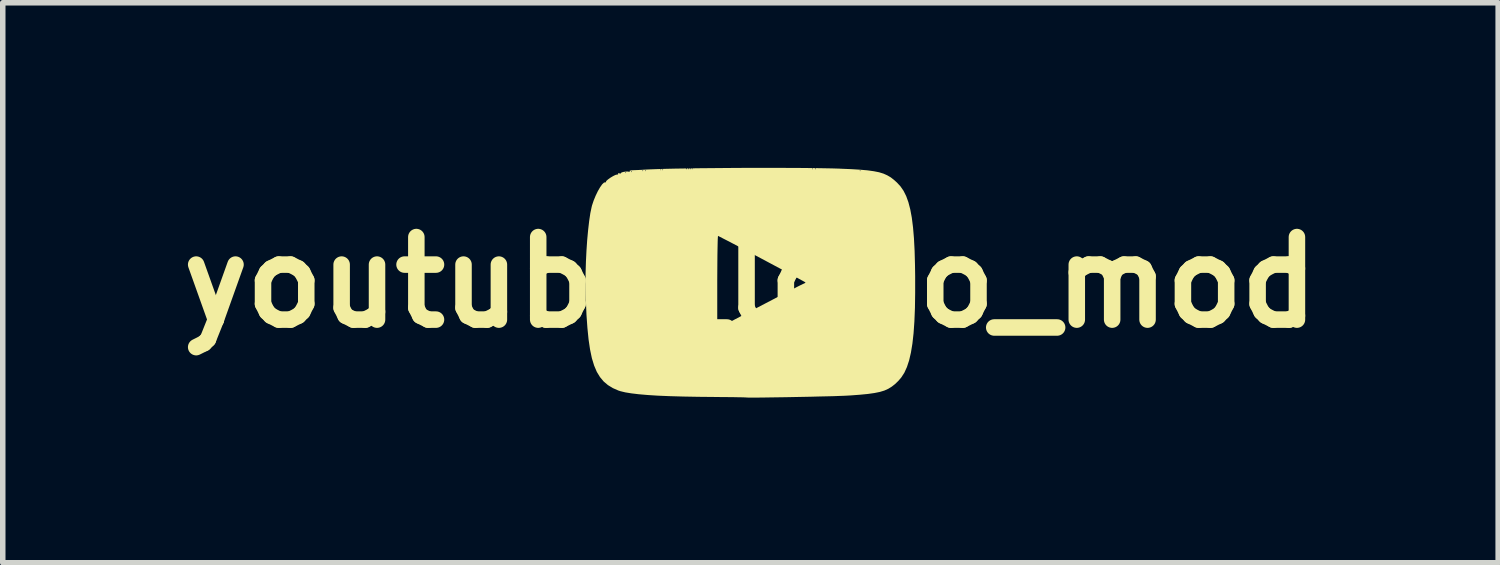
<source format=kicad_pcb>
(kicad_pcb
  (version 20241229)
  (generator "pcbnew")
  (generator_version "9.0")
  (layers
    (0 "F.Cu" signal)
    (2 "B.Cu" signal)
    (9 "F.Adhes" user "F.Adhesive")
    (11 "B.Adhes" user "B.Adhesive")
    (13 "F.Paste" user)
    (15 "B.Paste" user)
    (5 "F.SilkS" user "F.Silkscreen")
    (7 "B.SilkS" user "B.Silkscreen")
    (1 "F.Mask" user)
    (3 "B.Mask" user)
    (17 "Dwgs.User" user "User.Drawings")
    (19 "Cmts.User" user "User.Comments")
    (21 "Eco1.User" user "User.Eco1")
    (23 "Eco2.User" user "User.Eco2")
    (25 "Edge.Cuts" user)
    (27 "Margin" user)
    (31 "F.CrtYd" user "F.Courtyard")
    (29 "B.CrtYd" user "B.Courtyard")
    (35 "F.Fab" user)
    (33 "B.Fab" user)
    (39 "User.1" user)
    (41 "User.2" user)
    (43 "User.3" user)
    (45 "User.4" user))
  (footprint "youtube_logo_mod"
    (layer "F.Cu")
    (at 10.586 2.079)
    (property "Reference" "youtube_logo_mod" (at 0 0 0) (layer "F.SilkS") (effects (font (size 1.5 1.5) (thickness 0.3))))
    (attr board_only exclude_from_pos_files exclude_from_bom)
    (fp_poly (pts (xy 0.487 -2.079) (xy 0.718 -2.078) (xy 0.937 -2.077) (xy 1.14 -2.075) (xy 1.324 -2.072) (xy 1.484 -2.069) (xy 1.618 -2.065) (xy 1.63 -2.064) (xy 1.824 -2.056) (xy 1.988 -2.046) (xy 2.125 -2.034) (xy 2.24 -2.018) (xy 2.336 -1.999) (xy 2.417 -1.974) (xy 2.486 -1.943) (xy 2.549 -1.906) (xy 2.608 -1.86) (xy 2.661 -1.812) (xy 2.725 -1.743) (xy 2.781 -1.662) (xy 2.829 -1.566) (xy 2.869 -1.455) (xy 2.903 -1.325) (xy 2.931 -1.174) (xy 2.953 -1) (xy 2.97 -0.8) (xy 2.982 -0.572) (xy 2.989 -0.314) (xy 2.992 -0.112) (xy 2.992 0.194) (xy 2.988 0.467) (xy 2.978 0.711) (xy 2.963 0.926) (xy 2.942 1.114) (xy 2.915 1.278) (xy 2.882 1.42) (xy 2.842 1.541) (xy 2.795 1.644) (xy 2.74 1.729) (xy 2.687 1.791) (xy 2.627 1.849) (xy 2.567 1.896) (xy 2.504 1.935) (xy 2.433 1.967) (xy 2.351 1.992) (xy 2.252 2.012) (xy 2.132 2.029) (xy 1.988 2.043) (xy 1.814 2.056) (xy 1.759 2.059) (xy 1.7 2.062) (xy 1.616 2.065) (xy 1.51 2.069) (xy 1.387 2.072) (xy 1.25 2.075) (xy 1.102 2.079) (xy 0.949 2.082) (xy 0.794 2.085) (xy 0.64 2.088) (xy 0.491 2.09) (xy 0.352 2.092) (xy 0.226 2.094) (xy 0.117 2.095) (xy 0.029 2.095) (xy -0.034 2.095) (xy -0.069 2.094) (xy -0.074 2.093) (xy -0.092 2.092) (xy -0.14 2.09) (xy -0.214 2.089) (xy -0.311 2.087) (xy -0.425 2.086) (xy -0.553 2.085) (xy -0.63 2.084) (xy -0.941 2.081) (xy -1.22 2.076) (xy -1.466 2.069) (xy -1.683 2.06) (xy -1.87 2.048) (xy -2.031 2.034) (xy -2.165 2.018) (xy -2.275 2) (xy -2.362 1.979) (xy -2.402 1.966) (xy -2.502 1.922) (xy -2.59 1.868) (xy -2.667 1.803) (xy -2.734 1.723) (xy -2.792 1.628) (xy -2.841 1.513) (xy -2.882 1.379) (xy -2.915 1.221) (xy -2.942 1.039) (xy -2.963 0.829) (xy -2.98 0.591) (xy -2.991 0.321) (xy -2.995 0.216) (xy -2.998 0.026) (xy -2.997 -0.001) (xy -0.604 -0.001) (xy -0.604 0.847) (xy -0.496 0.787) (xy -0.45 0.762) (xy -0.379 0.725) (xy -0.289 0.677) (xy -0.186 0.623) (xy -0.076 0.565) (xy -0.009 0.53) (xy 0.119 0.463) (xy 0.259 0.39) (xy 0.399 0.317) (xy 0.532 0.247) (xy 0.646 0.188) (xy 0.671 0.174) (xy 0.764 0.126) (xy 0.846 0.084) (xy 0.914 0.05) (xy 0.962 0.027) (xy 0.984 0.017) (xy 0.985 0.017) (xy 1 0.005) (xy 1 0.004) (xy 0.985 -0.006) (xy 0.944 -0.029) (xy 0.878 -0.065) (xy 0.793 -0.112) (xy 0.69 -0.167) (xy 0.575 -0.229) (xy 0.449 -0.297) (xy 0.318 -0.367) (xy 0.183 -0.439) (xy 0.049 -0.51) (xy -0.082 -0.579) (xy -0.204 -0.643) (xy -0.316 -0.702) (xy -0.414 -0.753) (xy -0.494 -0.794) (xy -0.552 -0.824) (xy -0.586 -0.841) (xy -0.59 -0.842) (xy -0.592 -0.827) (xy -0.595 -0.78) (xy -0.597 -0.705) (xy -0.599 -0.606) (xy -0.601 -0.485) (xy -0.602 -0.346) (xy -0.603 -0.192) (xy -0.604 -0.026) (xy -0.604 -0.001) (xy -2.997 -0.001) (xy -2.996 -0.173) (xy -2.99 -0.375) (xy -2.98 -0.576) (xy -2.967 -0.769) (xy -2.95 -0.95) (xy -2.931 -1.114) (xy -2.91 -1.256) (xy -2.886 -1.369) (xy -2.88 -1.394) (xy -2.85 -1.484) (xy -2.814 -1.572) (xy -2.774 -1.655) (xy -2.733 -1.726) (xy -2.695 -1.78) (xy -2.661 -1.812) (xy -2.635 -1.817) (xy -2.634 -1.817) (xy -2.624 -1.816) (xy -2.627 -1.824) (xy -2.62 -1.841) (xy -2.59 -1.868) (xy -2.547 -1.899) (xy -2.499 -1.928) (xy -2.455 -1.95) (xy -2.424 -1.958) (xy -2.418 -1.958) (xy -2.404 -1.959) (xy -2.407 -1.969) (xy -2.406 -1.982) (xy -2.382 -1.979) (xy -2.357 -1.976) (xy -2.354 -1.983) (xy -2.347 -1.992) (xy -2.276 -1.992) (xy -2.268 -1.983) (xy -2.259 -1.992) (xy -2.268 -2) (xy -2.276 -1.992) (xy -2.347 -1.992) (xy -2.345 -1.994) (xy -2.315 -2.004) (xy -2.273 -2.011) (xy -2.233 -2.013) (xy -2.206 -2.008) (xy -2.205 -2.008) (xy -2.193 -2.005) (xy -2.194 -2.009) (xy -2.173 -2.009) (xy -2.164 -2) (xy -2.155 -2.009) (xy -2.164 -2.018) (xy -2.173 -2.009) (xy -2.194 -2.009) (xy -2.197 -2.015) (xy -2.193 -2.026) (xy -1.966 -2.026) (xy -1.957 -2.018) (xy -1.949 -2.026) (xy -1.914 -2.026) (xy -1.905 -2.018) (xy -1.897 -2.026) (xy 1.983 -2.026) (xy 1.992 -2.018) (xy 2 -2.026) (xy 1.992 -2.035) (xy 1.983 -2.026) (xy -1.897 -2.026) (xy -1.905 -2.035) (xy -1.914 -2.026) (xy -1.949 -2.026) (xy -1.957 -2.035) (xy -1.966 -2.026) (xy -2.193 -2.026) (xy -2.193 -2.028) (xy -2.159 -2.035) (xy -2.118 -2.037) (xy -2.043 -2.04) (xy -1.98 -2.043) (xy -1.638 -2.043) (xy -1.63 -2.035) (xy -1.621 -2.043) (xy -1.604 -2.043) (xy -1.595 -2.035) (xy -1.586 -2.043) (xy -1.595 -2.052) (xy -1.604 -2.043) (xy -1.621 -2.043) (xy -1.63 -2.052) (xy -1.638 -2.043) (xy -1.98 -2.043) (xy -1.965 -2.044) (xy -1.94 -2.046) (xy -1.842 -2.051) (xy -1.712 -2.056) (xy -1.556 -2.061) (xy -1.375 -2.065) (xy -1.175 -2.068) (xy -1.165 -2.069) (xy -1.173 -2.061) (xy -1.164 -2.052) (xy -1.155 -2.061) (xy -1.163 -2.069) (xy -1.13 -2.069) (xy -1.138 -2.061) (xy -1.129 -2.052) (xy -1.121 -2.061) (xy -1.104 -2.061) (xy -1.095 -2.052) (xy -1.086 -2.061) (xy -1.069 -2.061) (xy -1.06 -2.052) (xy -1.052 -2.061) (xy 1.121 -2.061) (xy 1.129 -2.052) (xy 1.138 -2.061) (xy 1.173 -2.061) (xy 1.181 -2.052) (xy 1.19 -2.061) (xy 1.181 -2.069) (xy 1.173 -2.061) (xy 1.138 -2.061) (xy 1.129 -2.069) (xy 1.121 -2.061) (xy -1.052 -2.061) (xy -1.06 -2.069) (xy -1.069 -2.061) (xy -1.086 -2.061) (xy -1.095 -2.069) (xy -1.104 -2.061) (xy -1.121 -2.061) (xy -1.129 -2.069) (xy -0.958 -2.072) (xy -0.729 -2.074) (xy -0.49 -2.076) (xy -0.245 -2.078) (xy 0.002 -2.079) (xy 0.247 -2.079)) (stroke (width 0) (type solid)) (fill yes) (layer "F.SilkS")))
  (gr_rect
    (start -3 -3)
    (end 24.171 7.175)
    (stroke (width 0.1) (type default))
    (fill no)
    (layer "Edge.Cuts")))
</source>
